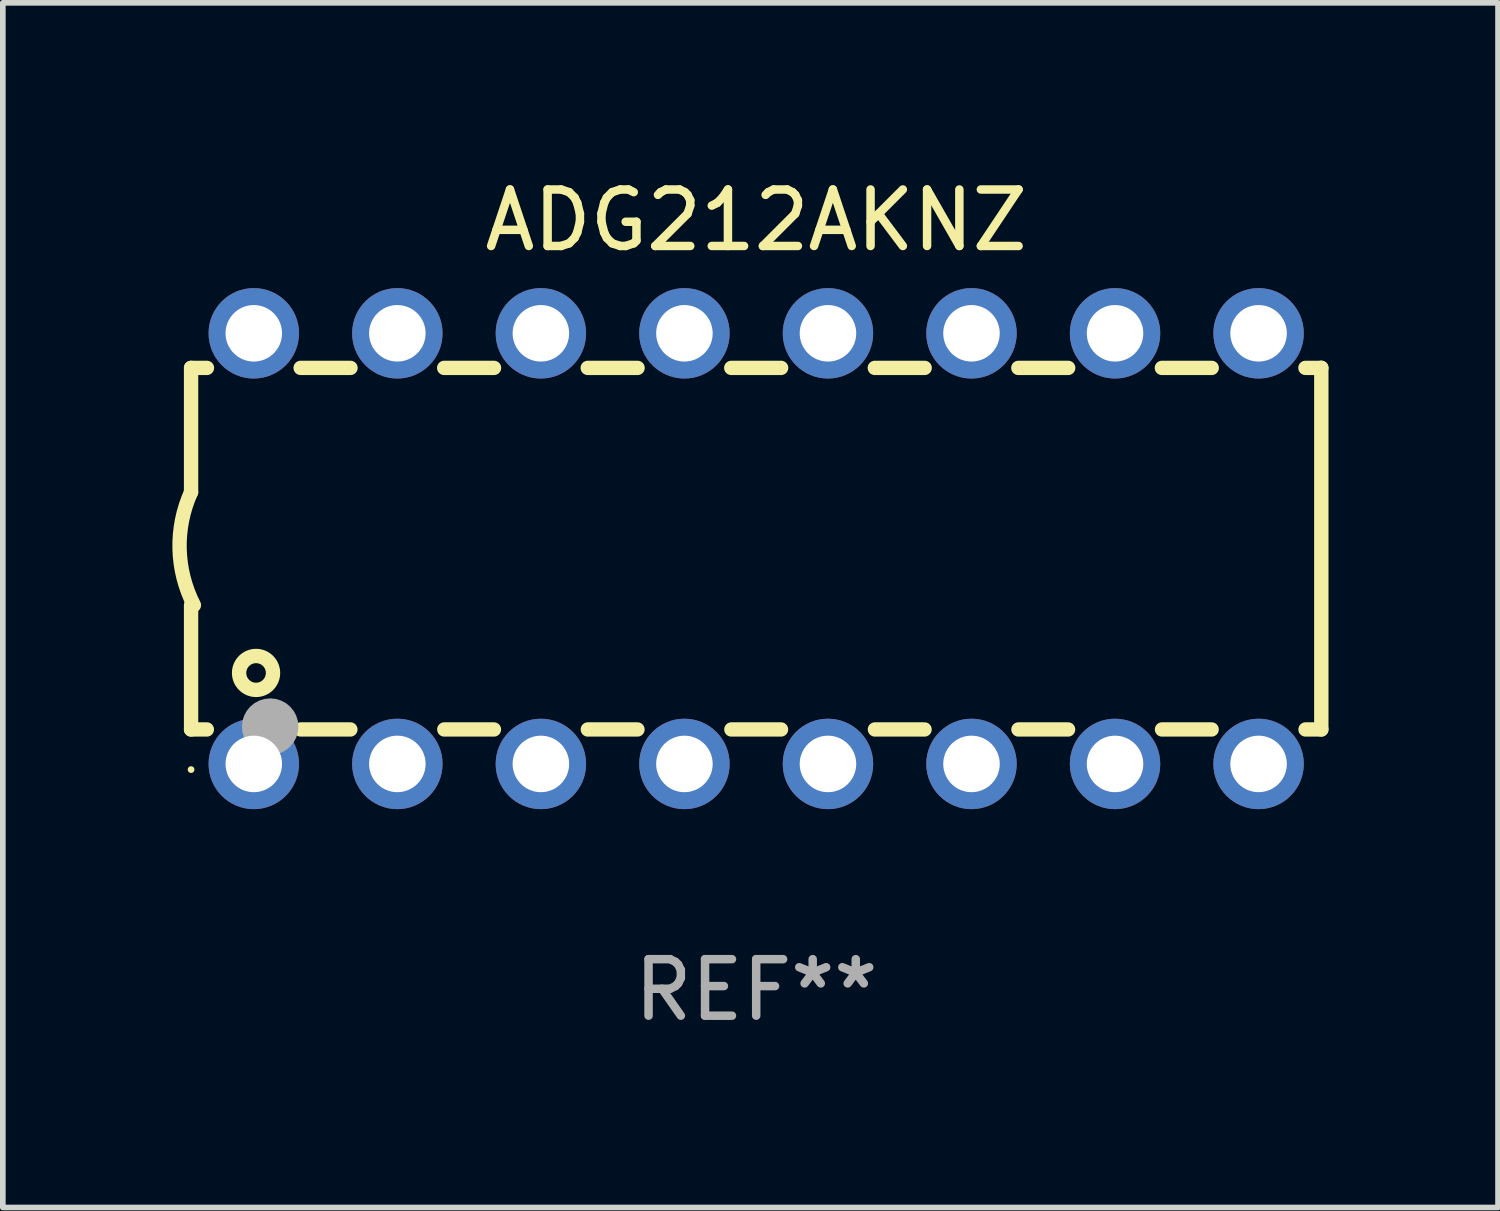
<source format=kicad_pcb>
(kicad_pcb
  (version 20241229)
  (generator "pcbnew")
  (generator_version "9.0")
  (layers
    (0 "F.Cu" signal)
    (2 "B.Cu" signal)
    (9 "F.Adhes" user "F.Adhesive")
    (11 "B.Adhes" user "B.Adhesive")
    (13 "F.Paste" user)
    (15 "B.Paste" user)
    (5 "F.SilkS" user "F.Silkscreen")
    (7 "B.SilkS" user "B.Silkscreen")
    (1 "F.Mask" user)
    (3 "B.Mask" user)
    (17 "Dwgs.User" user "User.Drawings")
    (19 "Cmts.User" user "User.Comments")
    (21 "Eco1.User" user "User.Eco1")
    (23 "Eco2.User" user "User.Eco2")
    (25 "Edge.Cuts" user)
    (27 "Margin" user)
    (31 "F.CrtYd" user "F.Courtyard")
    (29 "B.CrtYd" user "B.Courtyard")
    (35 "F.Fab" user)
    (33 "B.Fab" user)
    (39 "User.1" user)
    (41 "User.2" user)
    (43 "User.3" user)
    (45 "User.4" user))
  (footprint "ADG212AKNZ"
    (layer "F.Cu")
    (at 10.331 6.658)
    (property "Reference" "ADG212AKNZ" (at 0 -5.81 0) (layer "F.SilkS") (effects (font (size 1 1) (thickness 0.15))))
    (attr through_hole)
    (fp_line (start -10 -3.198) (end -9.719 -3.198) (stroke (width 0.254) (type solid)) (layer "F.SilkS"))
    (fp_line (start -10 -0.998) (end -10 -3.198) (stroke (width 0.254) (type solid)) (layer "F.SilkS"))
    (fp_line (start -10 3.2) (end -10 1) (stroke (width 0.254) (type solid)) (layer "F.SilkS"))
    (fp_line (start -10 3.2) (end -9.721 3.2) (stroke (width 0.254) (type solid)) (layer "F.SilkS"))
    (fp_line (start -8.061 -3.198) (end -7.179 -3.198) (stroke (width 0.254) (type solid)) (layer "F.SilkS"))
    (fp_line (start -8.059 3.2) (end -7.181 3.2) (stroke (width 0.254) (type solid)) (layer "F.SilkS"))
    (fp_line (start -5.521 -3.198) (end -4.639 -3.198) (stroke (width 0.254) (type solid)) (layer "F.SilkS"))
    (fp_line (start -5.519 3.2) (end -4.641 3.2) (stroke (width 0.254) (type solid)) (layer "F.SilkS"))
    (fp_line (start -2.981 -3.198) (end -2.099 -3.198) (stroke (width 0.254) (type solid)) (layer "F.SilkS"))
    (fp_line (start -2.979 3.2) (end -2.101 3.2) (stroke (width 0.254) (type solid)) (layer "F.SilkS"))
    (fp_line (start -0.441 -3.198) (end 0.441 -3.198) (stroke (width 0.254) (type solid)) (layer "F.SilkS"))
    (fp_line (start -0.439 3.2) (end 0.439 3.2) (stroke (width 0.254) (type solid)) (layer "F.SilkS"))
    (fp_line (start 2.099 -3.198) (end 2.981 -3.198) (stroke (width 0.254) (type solid)) (layer "F.SilkS"))
    (fp_line (start 2.101 3.2) (end 2.979 3.2) (stroke (width 0.254) (type solid)) (layer "F.SilkS"))
    (fp_line (start 4.639 -3.198) (end 5.521 -3.198) (stroke (width 0.254) (type solid)) (layer "F.SilkS"))
    (fp_line (start 4.641 3.2) (end 5.519 3.2) (stroke (width 0.254) (type solid)) (layer "F.SilkS"))
    (fp_line (start 7.179 -3.198) (end 8.061 -3.198) (stroke (width 0.254) (type solid)) (layer "F.SilkS"))
    (fp_line (start 7.181 3.2) (end 8.059 3.2) (stroke (width 0.254) (type solid)) (layer "F.SilkS"))
    (fp_line (start 9.719 -3.198) (end 10 -3.198) (stroke (width 0.254) (type solid)) (layer "F.SilkS"))
    (fp_line (start 9.721 3.2) (end 10 3.2) (stroke (width 0.254) (type solid)) (layer "F.SilkS"))
    (fp_line (start 10 3.2) (end 10 -3.2) (stroke (width 0.254) (type solid)) (layer "F.SilkS"))
    (fp_arc (start -9.949962 1) (mid -10.203153 0.005709) (end -10 -1) (stroke (width 0.254001) (type solid)) (layer "F.SilkS"))
    (fp_circle (center -10 3.91) (end -9.97 3.91) (stroke (width 0.06) (type solid)) (fill no) (layer "F.SilkS"))
    (fp_circle (center -8.85 2.2) (end -8.55 2.2) (stroke (width 0.254) (type solid)) (fill no) (layer "F.SilkS"))
    (fp_circle (center -8.6 3.15) (end -8.35 3.15) (stroke (width 0.5) (type solid)) (fill no) (layer "F.Fab"))
    (fp_text user "REF**" (at 0 7.81 0) (layer "F.Fab") (effects (font (size 1 1) (thickness 0.15))))
    (pad "1" thru_hole circle (at -8.89 3.81) (size 1.6 1.6) (drill 1) (layers "*.Cu" "*.Mask"))
    (pad "2" thru_hole circle (at -6.35 3.81) (size 1.6 1.6) (drill 1) (layers "*.Cu" "*.Mask"))
    (pad "3" thru_hole circle (at -3.81 3.81) (size 1.6 1.6) (drill 1) (layers "*.Cu" "*.Mask"))
    (pad "4" thru_hole circle (at -1.27 3.81) (size 1.6 1.6) (drill 1) (layers "*.Cu" "*.Mask"))
    (pad "5" thru_hole circle (at 1.27 3.81) (size 1.6 1.6) (drill 1) (layers "*.Cu" "*.Mask"))
    (pad "6" thru_hole circle (at 3.81 3.81) (size 1.6 1.6) (drill 1) (layers "*.Cu" "*.Mask"))
    (pad "7" thru_hole circle (at 6.35 3.81) (size 1.6 1.6) (drill 1) (layers "*.Cu" "*.Mask"))
    (pad "8" thru_hole circle (at 8.89 3.81) (size 1.6 1.6) (drill 1) (layers "*.Cu" "*.Mask"))
    (pad "9" thru_hole circle (at 8.89 -3.81) (size 1.6 1.6) (drill 1) (layers "*.Cu" "*.Mask"))
    (pad "10" thru_hole circle (at 6.35 -3.81) (size 1.6 1.6) (drill 1) (layers "*.Cu" "*.Mask"))
    (pad "11" thru_hole circle (at 3.81 -3.81) (size 1.6 1.6) (drill 1) (layers "*.Cu" "*.Mask"))
    (pad "12" thru_hole circle (at 1.27 -3.81) (size 1.6 1.6) (drill 1) (layers "*.Cu" "*.Mask"))
    (pad "13" thru_hole circle (at -1.27 -3.81) (size 1.6 1.6) (drill 1) (layers "*.Cu" "*.Mask"))
    (pad "14" thru_hole circle (at -3.81 -3.81) (size 1.6 1.6) (drill 1) (layers "*.Cu" "*.Mask"))
    (pad "15" thru_hole circle (at -6.35 -3.81) (size 1.6 1.6) (drill 1) (layers "*.Cu" "*.Mask"))
    (pad "16" thru_hole circle (at -8.89 -3.81) (size 1.6 1.6) (drill 1) (layers "*.Cu" "*.Mask")))
  (gr_rect
    (start -3 -3)
    (end 23.458 18.317)
    (stroke (width 0.1) (type default))
    (fill no)
    (layer "Edge.Cuts")))
</source>
